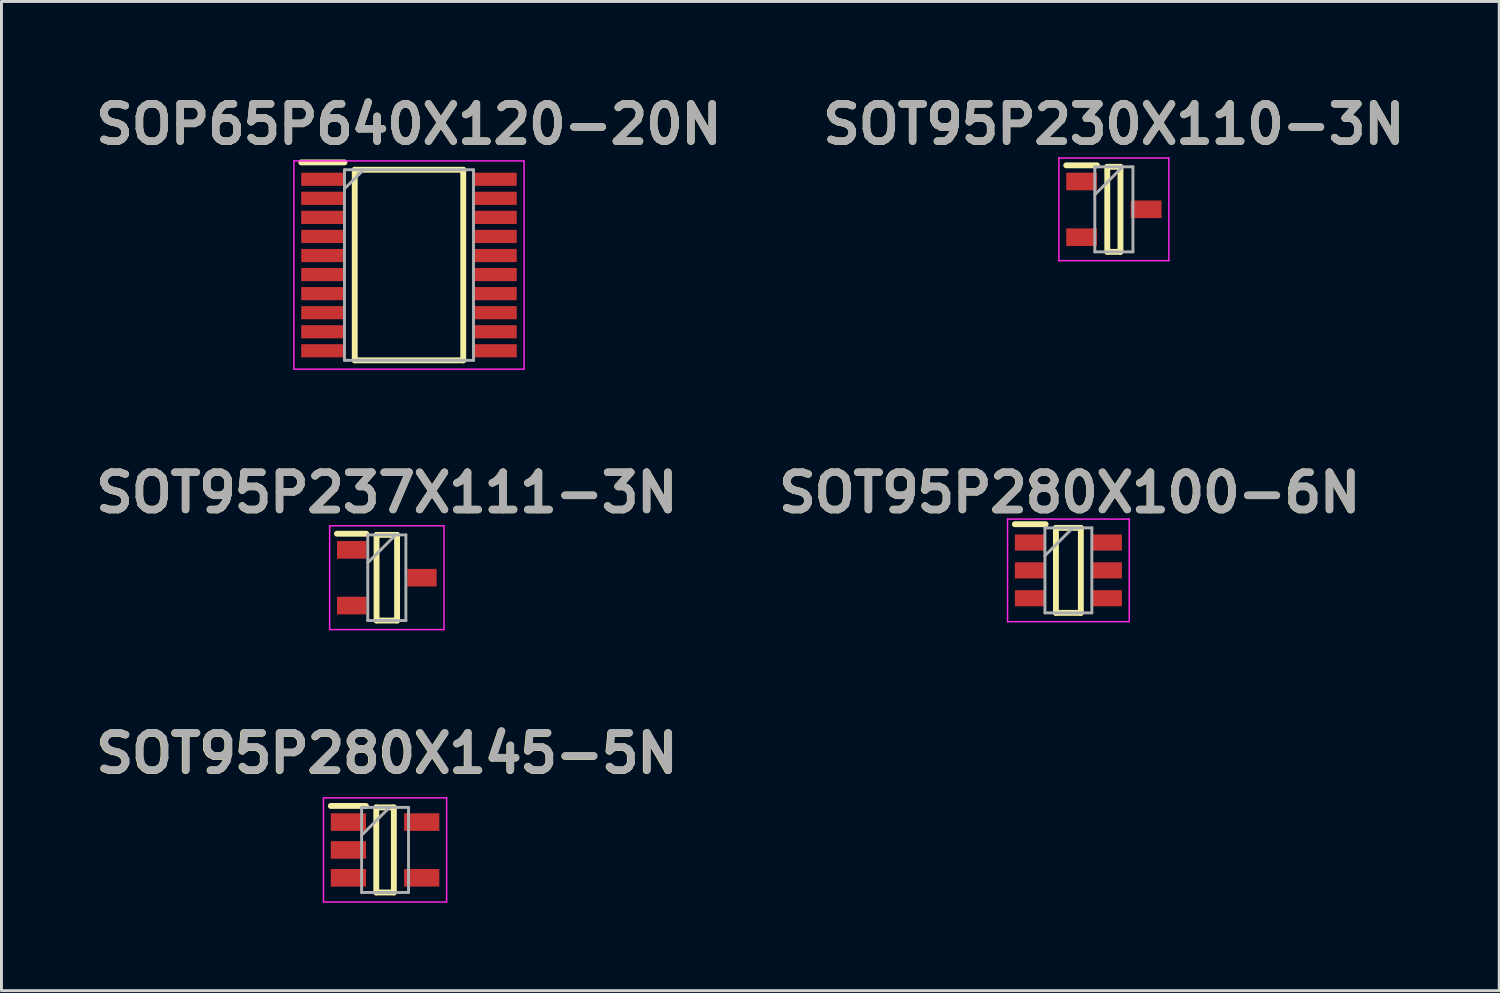
<source format=kicad_pcb>
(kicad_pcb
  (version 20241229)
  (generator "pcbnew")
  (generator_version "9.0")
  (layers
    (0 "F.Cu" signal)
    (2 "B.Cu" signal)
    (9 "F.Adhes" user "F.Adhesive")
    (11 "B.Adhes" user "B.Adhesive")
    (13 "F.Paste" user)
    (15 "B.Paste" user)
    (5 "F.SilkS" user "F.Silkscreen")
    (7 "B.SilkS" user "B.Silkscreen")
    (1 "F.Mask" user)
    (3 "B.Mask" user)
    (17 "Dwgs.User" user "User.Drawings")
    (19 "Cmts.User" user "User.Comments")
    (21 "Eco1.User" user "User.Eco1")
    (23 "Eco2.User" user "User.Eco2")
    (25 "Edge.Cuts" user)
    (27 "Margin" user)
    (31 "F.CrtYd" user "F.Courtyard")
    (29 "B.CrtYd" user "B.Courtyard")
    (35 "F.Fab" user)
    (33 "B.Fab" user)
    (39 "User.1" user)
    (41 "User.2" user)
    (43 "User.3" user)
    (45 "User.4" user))
  (footprint "SOP65P640X120-20N"
    (layer "F.Cu")
    (at 10.898 5.989)
    (property "Reference" "SOP65P640X120-20N" (at 0 -4.8 0) (layer "F.SilkS") (effects (font (size 1.27 1.27) (thickness 0.254))))
    (attr smd)
    (fp_line (start -3.675 -3.5) (end -2.2 -3.5) (stroke (width 0.2) (type solid)) (layer "F.SilkS"))
    (fp_line (start -1.85 -3.25) (end 1.85 -3.25) (stroke (width 0.2) (type solid)) (layer "F.SilkS"))
    (fp_line (start -1.85 3.25) (end -1.85 -3.25) (stroke (width 0.2) (type solid)) (layer "F.SilkS"))
    (fp_line (start 1.85 -3.25) (end 1.85 3.25) (stroke (width 0.2) (type solid)) (layer "F.SilkS"))
    (fp_line (start 1.85 3.25) (end -1.85 3.25) (stroke (width 0.2) (type solid)) (layer "F.SilkS"))
    (fp_line (start -3.925 -3.55) (end 3.925 -3.55) (stroke (width 0.05) (type solid)) (layer "F.CrtYd"))
    (fp_line (start -3.925 3.55) (end -3.925 -3.55) (stroke (width 0.05) (type solid)) (layer "F.CrtYd"))
    (fp_line (start 3.925 -3.55) (end 3.925 3.55) (stroke (width 0.05) (type solid)) (layer "F.CrtYd"))
    (fp_line (start 3.925 3.55) (end -3.925 3.55) (stroke (width 0.05) (type solid)) (layer "F.CrtYd"))
    (fp_line (start -2.2 -3.25) (end 2.2 -3.25) (stroke (width 0.1) (type solid)) (layer "F.Fab"))
    (fp_line (start -2.2 -2.6) (end -1.55 -3.25) (stroke (width 0.1) (type solid)) (layer "F.Fab"))
    (fp_line (start -2.2 3.25) (end -2.2 -3.25) (stroke (width 0.1) (type solid)) (layer "F.Fab"))
    (fp_line (start 2.2 -3.25) (end 2.2 3.25) (stroke (width 0.1) (type solid)) (layer "F.Fab"))
    (fp_line (start 2.2 3.25) (end -2.2 3.25) (stroke (width 0.1) (type solid)) (layer "F.Fab"))
    (fp_text user "${REFERENCE}" (at 0 -4.8 0) (layer "F.Fab") (effects (font (size 1.27 1.27) (thickness 0.254))))
    (pad "1" smd rect (at -2.938 -2.925 90) (size 0.45 1.475) (layers "F.Cu" "F.Mask" "F.Paste"))
    (pad "2" smd rect (at -2.938 -2.275 90) (size 0.45 1.475) (layers "F.Cu" "F.Mask" "F.Paste"))
    (pad "3" smd rect (at -2.938 -1.625 90) (size 0.45 1.475) (layers "F.Cu" "F.Mask" "F.Paste"))
    (pad "4" smd rect (at -2.938 -0.975 90) (size 0.45 1.475) (layers "F.Cu" "F.Mask" "F.Paste"))
    (pad "5" smd rect (at -2.938 -0.325 90) (size 0.45 1.475) (layers "F.Cu" "F.Mask" "F.Paste"))
    (pad "6" smd rect (at -2.938 0.325 90) (size 0.45 1.475) (layers "F.Cu" "F.Mask" "F.Paste"))
    (pad "7" smd rect (at -2.938 0.975 90) (size 0.45 1.475) (layers "F.Cu" "F.Mask" "F.Paste"))
    (pad "8" smd rect (at -2.938 1.625 90) (size 0.45 1.475) (layers "F.Cu" "F.Mask" "F.Paste"))
    (pad "9" smd rect (at -2.938 2.275 90) (size 0.45 1.475) (layers "F.Cu" "F.Mask" "F.Paste"))
    (pad "10" smd rect (at -2.938 2.925 90) (size 0.45 1.475) (layers "F.Cu" "F.Mask" "F.Paste"))
    (pad "11" smd rect (at 2.938 2.925 90) (size 0.45 1.475) (layers "F.Cu" "F.Mask" "F.Paste"))
    (pad "12" smd rect (at 2.938 2.275 90) (size 0.45 1.475) (layers "F.Cu" "F.Mask" "F.Paste"))
    (pad "13" smd rect (at 2.938 1.625 90) (size 0.45 1.475) (layers "F.Cu" "F.Mask" "F.Paste"))
    (pad "14" smd rect (at 2.938 0.975 90) (size 0.45 1.475) (layers "F.Cu" "F.Mask" "F.Paste"))
    (pad "15" smd rect (at 2.938 0.325 90) (size 0.45 1.475) (layers "F.Cu" "F.Mask" "F.Paste"))
    (pad "16" smd rect (at 2.938 -0.325 90) (size 0.45 1.475) (layers "F.Cu" "F.Mask" "F.Paste"))
    (pad "17" smd rect (at 2.938 -0.975 90) (size 0.45 1.475) (layers "F.Cu" "F.Mask" "F.Paste"))
    (pad "18" smd rect (at 2.938 -1.625 90) (size 0.45 1.475) (layers "F.Cu" "F.Mask" "F.Paste"))
    (pad "19" smd rect (at 2.938 -2.275 90) (size 0.45 1.475) (layers "F.Cu" "F.Mask" "F.Paste"))
    (pad "20" smd rect (at 2.938 -2.925 90) (size 0.45 1.475) (layers "F.Cu" "F.Mask" "F.Paste")))
  (footprint "SOT95P280X145-5N"
    (layer "F.Cu")
    (at 10.082 25.936)
    (property "Reference" "SOT95P280X145-5N" (at 0.06 -3.29 0) (layer "F.SilkS") (effects (font (size 1.27 1.27) (thickness 0.254))))
    (attr smd)
    (fp_line (start -1.85 -1.5) (end -0.65 -1.5) (stroke (width 0.2) (type solid)) (layer "F.SilkS"))
    (fp_line (start -0.3 -1.45) (end 0.3 -1.45) (stroke (width 0.2) (type solid)) (layer "F.SilkS"))
    (fp_line (start -0.3 1.45) (end -0.3 -1.45) (stroke (width 0.2) (type solid)) (layer "F.SilkS"))
    (fp_line (start 0.3 -1.45) (end 0.3 1.45) (stroke (width 0.2) (type solid)) (layer "F.SilkS"))
    (fp_line (start 0.3 1.45) (end -0.3 1.45) (stroke (width 0.2) (type solid)) (layer "F.SilkS"))
    (fp_line (start -2.1 -1.775) (end 2.1 -1.775) (stroke (width 0.05) (type solid)) (layer "F.CrtYd"))
    (fp_line (start -2.1 1.775) (end -2.1 -1.775) (stroke (width 0.05) (type solid)) (layer "F.CrtYd"))
    (fp_line (start 2.1 -1.775) (end 2.1 1.775) (stroke (width 0.05) (type solid)) (layer "F.CrtYd"))
    (fp_line (start 2.1 1.775) (end -2.1 1.775) (stroke (width 0.05) (type solid)) (layer "F.CrtYd"))
    (fp_line (start -0.8 -1.45) (end 0.8 -1.45) (stroke (width 0.1) (type solid)) (layer "F.Fab"))
    (fp_line (start -0.8 -0.5) (end 0.15 -1.45) (stroke (width 0.1) (type solid)) (layer "F.Fab"))
    (fp_line (start -0.8 1.45) (end -0.8 -1.45) (stroke (width 0.1) (type solid)) (layer "F.Fab"))
    (fp_line (start 0.8 -1.45) (end 0.8 1.45) (stroke (width 0.1) (type solid)) (layer "F.Fab"))
    (fp_line (start 0.8 1.45) (end -0.8 1.45) (stroke (width 0.1) (type solid)) (layer "F.Fab"))
    (fp_text user "${REFERENCE}" (at 0.075 -3.3 0) (layer "F.Fab") (effects (font (size 1.27 1.27) (thickness 0.254))))
    (pad "1" smd rect (at -1.25 -0.95 90) (size 0.6 1.2) (layers "F.Cu" "F.Mask" "F.Paste"))
    (pad "2" smd rect (at -1.25 0 90) (size 0.6 1.2) (layers "F.Cu" "F.Mask" "F.Paste"))
    (pad "3" smd rect (at -1.25 0.95 90) (size 0.6 1.2) (layers "F.Cu" "F.Mask" "F.Paste"))
    (pad "4" smd rect (at 1.25 0.95 90) (size 0.6 1.2) (layers "F.Cu" "F.Mask" "F.Paste"))
    (pad "5" smd rect (at 1.25 -0.95 90) (size 0.6 1.2) (layers "F.Cu" "F.Mask" "F.Paste")))
  (footprint "SOT95P230X110-3N"
    (layer "F.Cu")
    (at 34.937 4.089)
    (property "Reference" "SOT95P230X110-3N" (at 0 -2.9 0) (layer "F.SilkS") (effects (font (size 1.27 1.27) (thickness 0.254))))
    (attr smd)
    (fp_line (start -1.625 -1.5) (end -0.575 -1.5) (stroke (width 0.2) (type solid)) (layer "F.SilkS"))
    (fp_line (start -0.225 -1.45) (end 0.225 -1.45) (stroke (width 0.2) (type solid)) (layer "F.SilkS"))
    (fp_line (start -0.225 1.45) (end -0.225 -1.45) (stroke (width 0.2) (type solid)) (layer "F.SilkS"))
    (fp_line (start 0.225 -1.45) (end 0.225 1.45) (stroke (width 0.2) (type solid)) (layer "F.SilkS"))
    (fp_line (start 0.225 1.45) (end -0.225 1.45) (stroke (width 0.2) (type solid)) (layer "F.SilkS"))
    (fp_line (start -1.875 -1.75) (end 1.875 -1.75) (stroke (width 0.05) (type solid)) (layer "F.CrtYd"))
    (fp_line (start -1.875 1.75) (end -1.875 -1.75) (stroke (width 0.05) (type solid)) (layer "F.CrtYd"))
    (fp_line (start 1.875 -1.75) (end 1.875 1.75) (stroke (width 0.05) (type solid)) (layer "F.CrtYd"))
    (fp_line (start 1.875 1.75) (end -1.875 1.75) (stroke (width 0.05) (type solid)) (layer "F.CrtYd"))
    (fp_line (start -0.65 -1.45) (end 0.65 -1.45) (stroke (width 0.1) (type solid)) (layer "F.Fab"))
    (fp_line (start -0.65 -0.5) (end 0.3 -1.45) (stroke (width 0.1) (type solid)) (layer "F.Fab"))
    (fp_line (start -0.65 1.45) (end -0.65 -1.45) (stroke (width 0.1) (type solid)) (layer "F.Fab"))
    (fp_line (start 0.65 -1.45) (end 0.65 1.45) (stroke (width 0.1) (type solid)) (layer "F.Fab"))
    (fp_line (start 0.65 1.45) (end -0.65 1.45) (stroke (width 0.1) (type solid)) (layer "F.Fab"))
    (fp_text user "${REFERENCE}" (at 0 -2.9 0) (layer "F.Fab") (effects (font (size 1.27 1.27) (thickness 0.254))))
    (pad "1" smd rect (at -1.1 -0.95 90) (size 0.6 1.05) (layers "F.Cu" "F.Mask" "F.Paste"))
    (pad "2" smd rect (at -1.1 0.95 90) (size 0.6 1.05) (layers "F.Cu" "F.Mask" "F.Paste"))
    (pad "3" smd rect (at 1.1 0 90) (size 0.6 1.05) (layers "F.Cu" "F.Mask" "F.Paste")))
  (footprint "SOT95P237X111-3N"
    (layer "F.Cu")
    (at 10.142 16.652)
    (property "Reference" "SOT95P237X111-3N" (at 0 -2.9 0) (layer "F.SilkS") (effects (font (size 1.27 1.27) (thickness 0.254))))
    (attr smd)
    (fp_line (start -1.7 -1.5) (end -0.7 -1.5) (stroke (width 0.2) (type solid)) (layer "F.SilkS"))
    (fp_line (start -0.35 -1.46) (end 0.35 -1.46) (stroke (width 0.2) (type solid)) (layer "F.SilkS"))
    (fp_line (start -0.35 1.46) (end -0.35 -1.46) (stroke (width 0.2) (type solid)) (layer "F.SilkS"))
    (fp_line (start 0.35 -1.46) (end 0.35 1.46) (stroke (width 0.2) (type solid)) (layer "F.SilkS"))
    (fp_line (start 0.35 1.46) (end -0.35 1.46) (stroke (width 0.2) (type solid)) (layer "F.SilkS"))
    (fp_line (start -1.95 -1.77) (end 1.95 -1.77) (stroke (width 0.05) (type solid)) (layer "F.CrtYd"))
    (fp_line (start -1.95 1.77) (end -1.95 -1.77) (stroke (width 0.05) (type solid)) (layer "F.CrtYd"))
    (fp_line (start 1.95 -1.77) (end 1.95 1.77) (stroke (width 0.05) (type solid)) (layer "F.CrtYd"))
    (fp_line (start 1.95 1.77) (end -1.95 1.77) (stroke (width 0.05) (type solid)) (layer "F.CrtYd"))
    (fp_line (start -0.65 -1.46) (end 0.65 -1.46) (stroke (width 0.1) (type solid)) (layer "F.Fab"))
    (fp_line (start -0.65 -0.51) (end 0.3 -1.46) (stroke (width 0.1) (type solid)) (layer "F.Fab"))
    (fp_line (start -0.65 1.46) (end -0.65 -1.46) (stroke (width 0.1) (type solid)) (layer "F.Fab"))
    (fp_line (start 0.65 -1.46) (end 0.65 1.46) (stroke (width 0.1) (type solid)) (layer "F.Fab"))
    (fp_line (start 0.65 1.46) (end -0.65 1.46) (stroke (width 0.1) (type solid)) (layer "F.Fab"))
    (fp_text user "${REFERENCE}" (at 0 -2.9 0) (layer "F.Fab") (effects (font (size 1.27 1.27) (thickness 0.254))))
    (pad "1" smd rect (at -1.2 -0.95 90) (size 0.6 1) (layers "F.Cu" "F.Mask" "F.Paste"))
    (pad "2" smd rect (at -1.2 0.95 90) (size 0.6 1) (layers "F.Cu" "F.Mask" "F.Paste"))
    (pad "3" smd rect (at 1.2 0 90) (size 0.6 1) (layers "F.Cu" "F.Mask" "F.Paste")))
  (footprint "SOT95P280X100-6N"
    (layer "F.Cu")
    (at 33.386 16.402)
    (property "Reference" "SOT95P280X100-6N" (at 0.04 -2.65 0) (layer "F.SilkS") (effects (font (size 1.27 1.27) (thickness 0.254))))
    (attr smd)
    (fp_line (start -1.825 -1.575) (end -0.775 -1.575) (stroke (width 0.2) (type solid)) (layer "F.SilkS"))
    (fp_line (start -0.425 -1.45) (end 0.425 -1.45) (stroke (width 0.2) (type solid)) (layer "F.SilkS"))
    (fp_line (start -0.425 1.45) (end -0.425 -1.45) (stroke (width 0.2) (type solid)) (layer "F.SilkS"))
    (fp_line (start 0.425 -1.45) (end 0.425 1.45) (stroke (width 0.2) (type solid)) (layer "F.SilkS"))
    (fp_line (start 0.425 1.45) (end -0.425 1.45) (stroke (width 0.2) (type solid)) (layer "F.SilkS"))
    (fp_line (start -2.075 -1.75) (end 2.075 -1.75) (stroke (width 0.05) (type solid)) (layer "F.CrtYd"))
    (fp_line (start -2.075 1.75) (end -2.075 -1.75) (stroke (width 0.05) (type solid)) (layer "F.CrtYd"))
    (fp_line (start 2.075 -1.75) (end 2.075 1.75) (stroke (width 0.05) (type solid)) (layer "F.CrtYd"))
    (fp_line (start 2.075 1.75) (end -2.075 1.75) (stroke (width 0.05) (type solid)) (layer "F.CrtYd"))
    (fp_line (start -0.8 -1.45) (end 0.8 -1.45) (stroke (width 0.1) (type solid)) (layer "F.Fab"))
    (fp_line (start -0.8 -0.5) (end 0.15 -1.45) (stroke (width 0.1) (type solid)) (layer "F.Fab"))
    (fp_line (start -0.8 1.45) (end -0.8 -1.45) (stroke (width 0.1) (type solid)) (layer "F.Fab"))
    (fp_line (start 0.8 -1.45) (end 0.8 1.45) (stroke (width 0.1) (type solid)) (layer "F.Fab"))
    (fp_line (start 0.8 1.45) (end -0.8 1.45) (stroke (width 0.1) (type solid)) (layer "F.Fab"))
    (fp_text user "${REFERENCE}" (at 0.05 -2.65 0) (layer "F.Fab") (effects (font (size 1.27 1.27) (thickness 0.254))))
    (pad "1" smd rect (at -1.3 -0.95 90) (size 0.55 1.05) (layers "F.Cu" "F.Mask" "F.Paste"))
    (pad "2" smd rect (at -1.3 0 90) (size 0.55 1.05) (layers "F.Cu" "F.Mask" "F.Paste"))
    (pad "3" smd rect (at -1.3 0.95 90) (size 0.55 1.05) (layers "F.Cu" "F.Mask" "F.Paste"))
    (pad "4" smd rect (at 1.3 0.95 90) (size 0.55 1.05) (layers "F.Cu" "F.Mask" "F.Paste"))
    (pad "5" smd rect (at 1.3 0 90) (size 0.55 1.05) (layers "F.Cu" "F.Mask" "F.Paste"))
    (pad "6" smd rect (at 1.3 -0.95 90) (size 0.55 1.05) (layers "F.Cu" "F.Mask" "F.Paste")))
  (gr_rect
    (start -3 -3)
    (end 48.079 30.736)
    (stroke (width 0.1) (type default))
    (fill no)
    (layer "Edge.Cuts")))
</source>
